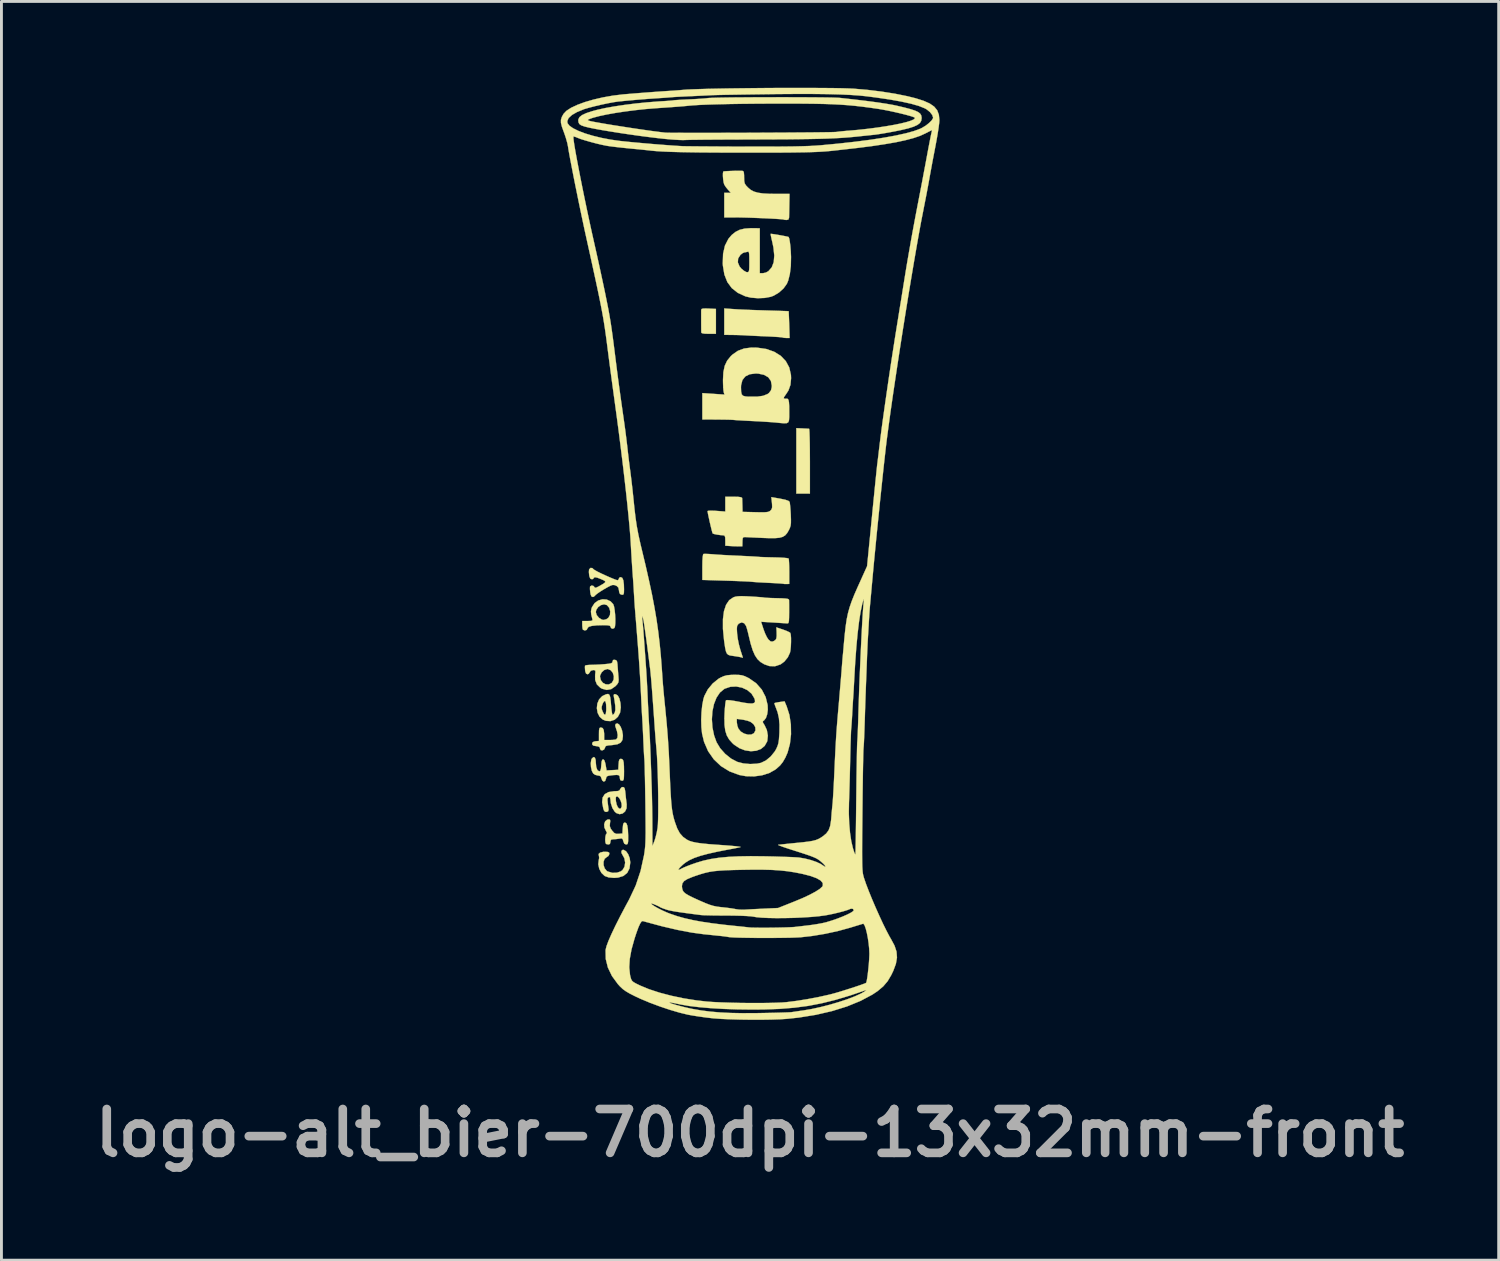
<source format=kicad_pcb>
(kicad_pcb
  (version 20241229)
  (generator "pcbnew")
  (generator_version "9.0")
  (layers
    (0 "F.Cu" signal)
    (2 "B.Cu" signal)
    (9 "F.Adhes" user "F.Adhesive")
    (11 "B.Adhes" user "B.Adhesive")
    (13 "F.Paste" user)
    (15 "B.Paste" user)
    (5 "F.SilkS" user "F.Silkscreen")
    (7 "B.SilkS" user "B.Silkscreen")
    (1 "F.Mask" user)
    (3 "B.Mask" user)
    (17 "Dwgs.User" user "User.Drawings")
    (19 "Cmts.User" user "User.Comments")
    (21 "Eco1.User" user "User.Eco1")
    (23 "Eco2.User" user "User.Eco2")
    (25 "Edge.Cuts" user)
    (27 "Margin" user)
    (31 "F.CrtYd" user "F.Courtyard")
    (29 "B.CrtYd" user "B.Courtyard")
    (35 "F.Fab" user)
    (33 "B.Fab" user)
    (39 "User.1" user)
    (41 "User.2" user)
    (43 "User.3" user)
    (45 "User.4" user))
  (footprint "logo-alt_bier-700dpi-13x32mm-front"
    (layer "F.Cu")
    (at 22.987 16.169)
    (property "Reference" "logo-alt_bier-700dpi-13x32mm-front" (at 0.025 20.15 0) (layer "F.Fab") (effects (font (size 1.524 1.524) (thickness 0.3))))
    (attr through_hole)
    (fp_poly (pts (xy 1.841 -4.333) (xy 1.959 -4.327) (xy 2.047 -4.323) (xy 2.077 -4.321) (xy 2.084 -4.285) (xy 2.09 -4.186) (xy 2.095 -4.031) (xy 2.1 -3.831) (xy 2.103 -3.592) (xy 2.104 -3.325) (xy 2.105 -3.193) (xy 2.105 -2.068) (xy 1.633 -2.068) (xy 1.633 -4.342) (xy 1.841 -4.333)) (stroke (width 0.01) (type solid)) (fill yes) (layer "F.SilkS"))
    (fp_poly (pts (xy -1.415 -8.497) (xy -1.161 -8.485) (xy -1.161 -7.62) (xy -1.415 -7.62) (xy -1.563 -7.625) (xy -1.646 -7.641) (xy -1.67 -7.665) (xy -1.671 -7.738) (xy -1.672 -7.858) (xy -1.673 -8.004) (xy -1.673 -8.157) (xy -1.673 -8.296) (xy -1.673 -8.402) (xy -1.672 -8.455) (xy -1.657 -8.483) (xy -1.607 -8.498) (xy -1.508 -8.5) (xy -1.415 -8.497)) (stroke (width 0.01) (type solid)) (fill yes) (layer "F.SilkS"))
    (fp_poly (pts (xy -0.535 -8.478) (xy -0.394 -8.469) (xy -0.197 -8.46) (xy 0.037 -8.45) (xy 0.292 -8.441) (xy 0.549 -8.433) (xy 0.581 -8.432) (xy 0.81 -8.425) (xy 1.013 -8.419) (xy 1.18 -8.413) (xy 1.299 -8.409) (xy 1.36 -8.406) (xy 1.366 -8.405) (xy 1.369 -8.369) (xy 1.373 -8.274) (xy 1.379 -8.135) (xy 1.385 -7.964) (xy 1.386 -7.938) (xy 1.4 -7.475) (xy 1.287 -7.475) (xy 1.202 -7.48) (xy 1.157 -7.491) (xy 1.156 -7.492) (xy 1.116 -7.499) (xy 1.016 -7.508) (xy 0.87 -7.517) (xy 0.691 -7.527) (xy 0.597 -7.531) (xy 0.389 -7.54) (xy 0.19 -7.549) (xy 0.021 -7.557) (xy -0.101 -7.564) (xy -0.127 -7.566) (xy -0.257 -7.573) (xy -0.424 -7.578) (xy -0.59 -7.581) (xy -0.871 -7.584) (xy -0.871 -8.501) (xy -0.535 -8.478)) (stroke (width 0.01) (type solid)) (fill yes) (layer "F.SilkS"))
    (fp_poly (pts (xy -4.365 10.312) (xy -4.282 10.361) (xy -4.21 10.462) (xy -4.158 10.596) (xy -4.137 10.741) (xy -4.137 10.748) (xy -4.163 10.954) (xy -4.243 11.111) (xy -4.376 11.218) (xy -4.56 11.275) (xy -4.699 11.285) (xy -4.885 11.269) (xy -5.02 11.221) (xy -5.03 11.215) (xy -5.139 11.112) (xy -5.215 10.969) (xy -5.248 10.812) (xy -5.235 10.688) (xy -5.218 10.593) (xy -5.225 10.523) (xy -5.228 10.519) (xy -5.237 10.454) (xy -5.184 10.406) (xy -5.077 10.38) (xy -5.021 10.378) (xy -4.921 10.383) (xy -4.874 10.403) (xy -4.862 10.448) (xy -4.862 10.451) (xy -4.895 10.523) (xy -4.95 10.558) (xy -5.027 10.621) (xy -5.065 10.723) (xy -5.064 10.842) (xy -5.026 10.956) (xy -4.953 11.043) (xy -4.923 11.061) (xy -4.768 11.108) (xy -4.607 11.107) (xy -4.466 11.059) (xy -4.407 11.014) (xy -4.337 10.898) (xy -4.315 10.753) (xy -4.341 10.605) (xy -4.394 10.509) (xy -4.442 10.42) (xy -4.444 10.349) (xy -4.403 10.312) (xy -4.365 10.312)) (stroke (width 0.01) (type solid)) (fill yes) (layer "F.SilkS"))
    (fp_poly (pts (xy -4.525 5.955) (xy -4.468 6.041) (xy -4.423 6.16) (xy -4.397 6.3) (xy -4.393 6.355) (xy -4.409 6.492) (xy -4.47 6.585) (xy -4.583 6.642) (xy -4.756 6.669) (xy -4.765 6.67) (xy -4.894 6.681) (xy -4.968 6.697) (xy -5.003 6.724) (xy -5.015 6.762) (xy -5.047 6.825) (xy -5.104 6.854) (xy -5.16 6.847) (xy -5.188 6.799) (xy -5.189 6.79) (xy -5.204 6.739) (xy -5.263 6.714) (xy -5.325 6.706) (xy -5.418 6.69) (xy -5.456 6.655) (xy -5.461 6.622) (xy -5.442 6.568) (xy -5.374 6.542) (xy -5.343 6.538) (xy -5.225 6.527) (xy -5.225 6.293) (xy -5.223 6.166) (xy -5.212 6.095) (xy -5.189 6.065) (xy -5.156 6.06) (xy -5.096 6.079) (xy -5.06 6.144) (xy -5.045 6.264) (xy -5.044 6.335) (xy -5.044 6.495) (xy -4.865 6.495) (xy -4.748 6.491) (xy -4.656 6.48) (xy -4.629 6.473) (xy -4.585 6.42) (xy -4.574 6.32) (xy -4.598 6.19) (xy -4.627 6.107) (xy -4.66 6) (xy -4.648 5.94) (xy -4.644 5.936) (xy -4.586 5.916) (xy -4.525 5.955)) (stroke (width 0.01) (type solid)) (fill yes) (layer "F.SilkS"))
    (fp_poly (pts (xy -4.862 4.923) (xy -4.834 5.004) (xy -4.815 5.145) (xy -4.806 5.261) (xy -4.792 5.414) (xy -4.776 5.534) (xy -4.76 5.608) (xy -4.75 5.624) (xy -4.712 5.596) (xy -4.678 5.546) (xy -4.655 5.455) (xy -4.658 5.31) (xy -4.686 5.105) (xy -4.703 5.013) (xy -4.714 4.932) (xy -4.696 4.903) (xy -4.641 4.905) (xy -4.57 4.95) (xy -4.514 5.055) (xy -4.478 5.209) (xy -4.466 5.363) (xy -4.491 5.544) (xy -4.568 5.689) (xy -4.682 5.79) (xy -4.825 5.838) (xy -4.983 5.828) (xy -5.089 5.785) (xy -5.202 5.686) (xy -5.272 5.548) (xy -5.298 5.389) (xy -5.293 5.338) (xy -5.132 5.338) (xy -5.129 5.417) (xy -5.1 5.497) (xy -5.051 5.594) (xy -5.012 5.619) (xy -4.986 5.575) (xy -4.972 5.46) (xy -4.971 5.391) (xy -4.978 5.24) (xy -4.999 5.155) (xy -5.032 5.137) (xy -5.075 5.189) (xy -5.099 5.241) (xy -5.132 5.338) (xy -5.293 5.338) (xy -5.281 5.228) (xy -5.22 5.084) (xy -5.116 4.974) (xy -5.081 4.954) (xy -4.978 4.906) (xy -4.908 4.893) (xy -4.862 4.923)) (stroke (width 0.01) (type solid)) (fill yes) (layer "F.SilkS"))
    (fp_poly (pts (xy -4.843 9.263) (xy -4.831 9.306) (xy -4.842 9.383) (xy -4.849 9.482) (xy -4.82 9.567) (xy -4.77 9.639) (xy -4.699 9.72) (xy -4.632 9.753) (xy -4.541 9.754) (xy -4.409 9.743) (xy -4.398 9.552) (xy -4.387 9.438) (xy -4.366 9.38) (xy -4.329 9.362) (xy -4.321 9.362) (xy -4.273 9.387) (xy -4.24 9.467) (xy -4.219 9.606) (xy -4.21 9.811) (xy -4.21 9.879) (xy -4.211 10.009) (xy -4.221 10.083) (xy -4.242 10.116) (xy -4.28 10.124) (xy -4.283 10.124) (xy -4.343 10.099) (xy -4.377 10.018) (xy -4.379 10.011) (xy -4.402 9.935) (xy -4.444 9.912) (xy -4.509 9.921) (xy -4.629 9.937) (xy -4.722 9.942) (xy -4.797 9.953) (xy -4.824 9.998) (xy -4.826 10.033) (xy -4.844 10.105) (xy -4.893 10.124) (xy -4.962 10.112) (xy -4.983 10.1) (xy -5.002 10.045) (xy -5.008 9.955) (xy -5.001 9.857) (xy -4.984 9.78) (xy -4.964 9.753) (xy -4.946 9.722) (xy -4.98 9.654) (xy -4.982 9.651) (xy -5.036 9.535) (xy -5.043 9.419) (xy -5.01 9.322) (xy -4.941 9.263) (xy -4.887 9.253) (xy -4.843 9.263)) (stroke (width 0.01) (type solid)) (fill yes) (layer "F.SilkS"))
    (fp_poly (pts (xy -1.436 0.029) (xy -1.299 0.038) (xy -1.262 0.041) (xy -1.12 0.052) (xy -0.927 0.064) (xy -0.705 0.076) (xy -0.475 0.087) (xy -0.385 0.091) (xy -0.178 0.101) (xy 0.011 0.11) (xy 0.167 0.119) (xy 0.275 0.126) (xy 0.308 0.129) (xy 0.386 0.135) (xy 0.518 0.14) (xy 0.686 0.145) (xy 0.873 0.149) (xy 0.881 0.149) (xy 1.057 0.154) (xy 1.206 0.163) (xy 1.313 0.174) (xy 1.364 0.188) (xy 1.366 0.189) (xy 1.374 0.237) (xy 1.381 0.342) (xy 1.385 0.488) (xy 1.387 0.647) (xy 1.387 1.07) (xy 1.293 1.074) (xy 1.219 1.073) (xy 1.188 1.067) (xy 1.15 1.062) (xy 1.053 1.054) (xy 0.91 1.045) (xy 0.734 1.036) (xy 0.67 1.033) (xy 0.478 1.023) (xy 0.306 1.014) (xy 0.17 1.004) (xy 0.086 0.997) (xy 0.074 0.996) (xy 0.013 0.99) (xy -0.109 0.984) (xy -0.28 0.976) (xy -0.488 0.968) (xy -0.721 0.96) (xy -0.824 0.957) (xy -1.633 0.932) (xy -1.633 0.487) (xy -1.63 0.275) (xy -1.62 0.126) (xy -1.605 0.044) (xy -1.593 0.029) (xy -1.541 0.026) (xy -1.436 0.029)) (stroke (width 0.01) (type solid)) (fill yes) (layer "F.SilkS"))
    (fp_poly (pts (xy -0.259 -13.284) (xy -0.245 -13.283) (xy -0.209 -13.27) (xy -0.19 -13.226) (xy -0.182 -13.132) (xy -0.181 -13.059) (xy -0.178 -12.931) (xy -0.16 -12.847) (xy -0.117 -12.777) (xy -0.045 -12.701) (xy 0.048 -12.622) (xy 0.157 -12.564) (xy 0.293 -12.524) (xy 0.468 -12.498) (xy 0.694 -12.485) (xy 0.936 -12.482) (xy 1.397 -12.482) (xy 1.39 -12.11) (xy 1.387 -11.945) (xy 1.384 -11.799) (xy 1.382 -11.694) (xy 1.381 -11.657) (xy 1.359 -11.592) (xy 1.294 -11.575) (xy 1.222 -11.581) (xy 1.194 -11.59) (xy 1.154 -11.597) (xy 1.052 -11.606) (xy 0.903 -11.616) (xy 0.716 -11.626) (xy 0.505 -11.636) (xy 0.281 -11.645) (xy 0.057 -11.654) (xy -0.157 -11.66) (xy -0.347 -11.664) (xy -0.499 -11.666) (xy -0.871 -11.666) (xy -0.871 -12.519) (xy -0.64 -12.519) (xy -0.733 -12.618) (xy -0.809 -12.71) (xy -0.867 -12.799) (xy -0.87 -12.804) (xy -0.893 -12.878) (xy -0.909 -12.986) (xy -0.918 -13.103) (xy -0.917 -13.202) (xy -0.905 -13.258) (xy -0.903 -13.26) (xy -0.864 -13.267) (xy -0.771 -13.273) (xy -0.645 -13.279) (xy -0.504 -13.283) (xy -0.369 -13.285) (xy -0.259 -13.284)) (stroke (width 0.01) (type solid)) (fill yes) (layer "F.SilkS"))
    (fp_poly (pts (xy -4.357 8.138) (xy -4.332 8.178) (xy -4.314 8.265) (xy -4.304 8.355) (xy -4.289 8.505) (xy -4.271 8.65) (xy -4.261 8.727) (xy -4.266 8.868) (xy -4.318 8.978) (xy -4.403 9.048) (xy -4.507 9.071) (xy -4.615 9.036) (xy -4.675 8.987) (xy -4.758 8.857) (xy -4.812 8.69) (xy -4.826 8.556) (xy -4.832 8.514) (xy -4.643 8.514) (xy -4.636 8.614) (xy -4.636 8.618) (xy -4.609 8.742) (xy -4.567 8.832) (xy -4.518 8.881) (xy -4.473 8.88) (xy -4.44 8.822) (xy -4.434 8.791) (xy -4.44 8.699) (xy -4.474 8.596) (xy -4.523 8.508) (xy -4.577 8.458) (xy -4.593 8.455) (xy -4.63 8.466) (xy -4.643 8.514) (xy -4.832 8.514) (xy -4.836 8.487) (xy -4.872 8.475) (xy -4.885 8.479) (xy -4.92 8.508) (xy -4.93 8.571) (xy -4.921 8.669) (xy -4.906 8.787) (xy -4.893 8.884) (xy -4.89 8.908) (xy -4.906 8.971) (xy -4.96 8.992) (xy -5.016 8.986) (xy -5.054 8.937) (xy -5.077 8.865) (xy -5.115 8.656) (xy -5.097 8.493) (xy -5.023 8.376) (xy -4.892 8.303) (xy -4.703 8.274) (xy -4.662 8.273) (xy -4.559 8.266) (xy -4.506 8.238) (xy -4.489 8.201) (xy -4.442 8.14) (xy -4.398 8.128) (xy -4.357 8.138)) (stroke (width 0.01) (type solid)) (fill yes) (layer "F.SilkS"))
    (fp_poly (pts (xy -5.367 7.106) (xy -5.34 7.187) (xy -5.334 7.28) (xy -5.32 7.432) (xy -5.281 7.537) (xy -5.221 7.582) (xy -5.208 7.584) (xy -5.175 7.559) (xy -5.154 7.48) (xy -5.145 7.375) (xy -5.134 7.25) (xy -5.112 7.184) (xy -5.08 7.166) (xy -5.039 7.197) (xy -5.006 7.294) (xy -4.993 7.359) (xy -4.96 7.551) (xy -4.757 7.54) (xy -4.554 7.529) (xy -4.543 7.339) (xy -4.532 7.225) (xy -4.511 7.167) (xy -4.475 7.149) (xy -4.465 7.148) (xy -4.418 7.158) (xy -4.386 7.196) (xy -4.366 7.273) (xy -4.357 7.4) (xy -4.354 7.587) (xy -4.356 7.741) (xy -4.361 7.837) (xy -4.375 7.887) (xy -4.399 7.907) (xy -4.427 7.91) (xy -4.484 7.888) (xy -4.499 7.822) (xy -4.506 7.755) (xy -4.536 7.718) (xy -4.605 7.707) (xy -4.727 7.714) (xy -4.763 7.718) (xy -4.88 7.733) (xy -4.943 7.754) (xy -4.97 7.791) (xy -4.978 7.833) (xy -5.009 7.917) (xy -5.059 7.94) (xy -5.11 7.902) (xy -5.134 7.84) (xy -5.164 7.76) (xy -5.22 7.731) (xy -5.259 7.729) (xy -5.359 7.703) (xy -5.425 7.656) (xy -5.473 7.564) (xy -5.502 7.435) (xy -5.509 7.298) (xy -5.492 7.181) (xy -5.469 7.134) (xy -5.412 7.086) (xy -5.367 7.106)) (stroke (width 0.01) (type solid)) (fill yes) (layer "F.SilkS"))
    (fp_poly (pts (xy -4.957 1.613) (xy -4.822 1.676) (xy -4.73 1.773) (xy -4.702 1.85) (xy -4.68 1.974) (xy -4.664 2.125) (xy -4.656 2.284) (xy -4.657 2.43) (xy -4.667 2.543) (xy -4.687 2.601) (xy -4.745 2.628) (xy -4.803 2.606) (xy -4.826 2.554) (xy -4.846 2.525) (xy -4.914 2.509) (xy -5.041 2.504) (xy -5.057 2.504) (xy -5.3 2.51) (xy -5.473 2.529) (xy -5.58 2.561) (xy -5.623 2.607) (xy -5.624 2.618) (xy -5.653 2.669) (xy -5.716 2.688) (xy -5.78 2.663) (xy -5.782 2.661) (xy -5.797 2.612) (xy -5.805 2.521) (xy -5.806 2.498) (xy -5.806 2.359) (xy -5.62 2.359) (xy -5.512 2.356) (xy -5.46 2.344) (xy -5.449 2.314) (xy -5.458 2.277) (xy -5.494 2.129) (xy -5.501 2.05) (xy -5.334 2.05) (xy -5.303 2.154) (xy -5.224 2.249) (xy -5.123 2.311) (xy -5.064 2.322) (xy -4.968 2.297) (xy -4.899 2.25) (xy -4.842 2.147) (xy -4.834 2.021) (xy -4.87 1.898) (xy -4.948 1.807) (xy -4.949 1.806) (xy -5.047 1.779) (xy -5.154 1.806) (xy -5.251 1.874) (xy -5.317 1.968) (xy -5.334 2.05) (xy -5.501 2.05) (xy -5.503 2.021) (xy -5.485 1.927) (xy -5.466 1.876) (xy -5.376 1.738) (xy -5.25 1.647) (xy -5.105 1.605) (xy -4.957 1.613)) (stroke (width 0.01) (type solid)) (fill yes) (layer "F.SilkS"))
    (fp_poly (pts (xy -4.622 3.725) (xy -4.595 3.77) (xy -4.581 3.864) (xy -4.579 3.901) (xy -4.568 4.047) (xy -4.555 4.215) (xy -4.548 4.291) (xy -4.54 4.412) (xy -4.55 4.49) (xy -4.586 4.553) (xy -4.656 4.627) (xy -4.799 4.726) (xy -4.954 4.755) (xy -5.117 4.712) (xy -5.176 4.679) (xy -5.297 4.562) (xy -5.357 4.407) (xy -5.358 4.291) (xy -5.189 4.291) (xy -5.161 4.414) (xy -5.089 4.507) (xy -4.991 4.559) (xy -4.883 4.564) (xy -4.784 4.512) (xy -4.77 4.498) (xy -4.714 4.393) (xy -4.708 4.273) (xy -4.744 4.159) (xy -4.815 4.071) (xy -4.913 4.029) (xy -4.934 4.028) (xy -5.038 4.06) (xy -5.129 4.14) (xy -5.183 4.244) (xy -5.189 4.291) (xy -5.358 4.291) (xy -5.358 4.226) (xy -5.347 4.127) (xy -5.356 4.079) (xy -5.394 4.065) (xy -5.429 4.064) (xy -5.513 4.089) (xy -5.541 4.137) (xy -5.584 4.196) (xy -5.625 4.209) (xy -5.673 4.186) (xy -5.701 4.109) (xy -5.706 4.073) (xy -5.713 3.978) (xy -5.71 3.916) (xy -5.708 3.91) (xy -5.666 3.895) (xy -5.575 3.885) (xy -5.501 3.883) (xy -5.364 3.879) (xy -5.193 3.871) (xy -5.031 3.859) (xy -4.889 3.845) (xy -4.805 3.829) (xy -4.765 3.806) (xy -4.754 3.771) (xy -4.753 3.766) (xy -4.734 3.713) (xy -4.672 3.708) (xy -4.622 3.725)) (stroke (width 0.01) (type solid)) (fill yes) (layer "F.SilkS"))
    (fp_poly (pts (xy -5.453 0.521) (xy -5.417 0.557) (xy -5.376 0.588) (xy -5.284 0.639) (xy -5.157 0.702) (xy -5.011 0.77) (xy -4.864 0.835) (xy -4.731 0.891) (xy -4.629 0.93) (xy -4.574 0.943) (xy -4.54 0.914) (xy -4.536 0.889) (xy -4.506 0.844) (xy -4.468 0.835) (xy -4.414 0.861) (xy -4.378 0.945) (xy -4.359 1.09) (xy -4.354 1.259) (xy -4.357 1.372) (xy -4.369 1.429) (xy -4.398 1.447) (xy -4.436 1.445) (xy -4.494 1.421) (xy -4.522 1.357) (xy -4.529 1.301) (xy -4.549 1.202) (xy -4.602 1.146) (xy -4.646 1.124) (xy -4.7 1.107) (xy -4.754 1.107) (xy -4.823 1.131) (xy -4.924 1.183) (xy -5.046 1.253) (xy -5.177 1.334) (xy -5.282 1.406) (xy -5.347 1.459) (xy -5.359 1.475) (xy -5.407 1.517) (xy -5.442 1.524) (xy -5.486 1.504) (xy -5.514 1.436) (xy -5.528 1.357) (xy -5.538 1.25) (xy -5.536 1.174) (xy -5.531 1.157) (xy -5.478 1.126) (xy -5.414 1.142) (xy -5.384 1.179) (xy -5.361 1.204) (xy -5.314 1.197) (xy -5.226 1.154) (xy -5.194 1.136) (xy -5.072 1.065) (xy -5.011 1.017) (xy -5.006 0.982) (xy -5.056 0.947) (xy -5.135 0.911) (xy -5.28 0.854) (xy -5.369 0.837) (xy -5.405 0.86) (xy -5.407 0.871) (xy -5.437 0.901) (xy -5.475 0.907) (xy -5.525 0.887) (xy -5.555 0.815) (xy -5.565 0.765) (xy -5.575 0.658) (xy -5.569 0.576) (xy -5.566 0.565) (xy -5.517 0.514) (xy -5.453 0.521)) (stroke (width 0.01) (type solid)) (fill yes) (layer "F.SilkS"))
    (fp_poly (pts (xy -0.384 -1.955) (xy -0.289 -1.942) (xy -0.251 -1.919) (xy -0.25 -1.914) (xy -0.247 -1.855) (xy -0.244 -1.749) (xy -0.241 -1.651) (xy -0.236 -1.433) (xy 0.212 -1.422) (xy 0.404 -1.418) (xy 0.538 -1.42) (xy 0.627 -1.428) (xy 0.685 -1.444) (xy 0.726 -1.47) (xy 0.733 -1.476) (xy 0.775 -1.526) (xy 0.793 -1.591) (xy 0.79 -1.695) (xy 0.786 -1.744) (xy 0.765 -1.945) (xy 1.07 -1.892) (xy 1.248 -1.855) (xy 1.357 -1.817) (xy 1.399 -1.781) (xy 1.41 -1.722) (xy 1.422 -1.609) (xy 1.434 -1.459) (xy 1.44 -1.343) (xy 1.446 -1.166) (xy 1.445 -1.043) (xy 1.434 -0.953) (xy 1.41 -0.877) (xy 1.373 -0.798) (xy 1.312 -0.694) (xy 1.245 -0.617) (xy 1.16 -0.565) (xy 1.047 -0.534) (xy 0.894 -0.52) (xy 0.688 -0.52) (xy 0.49 -0.527) (xy 0.291 -0.536) (xy 0.112 -0.544) (xy -0.032 -0.551) (xy -0.125 -0.556) (xy -0.145 -0.557) (xy -0.201 -0.554) (xy -0.228 -0.523) (xy -0.238 -0.445) (xy -0.239 -0.399) (xy -0.243 -0.236) (xy -0.385 -0.236) (xy -0.519 -0.238) (xy -0.663 -0.246) (xy -0.68 -0.247) (xy -0.835 -0.258) (xy -0.835 -0.438) (xy -0.839 -0.547) (xy -0.858 -0.602) (xy -0.895 -0.618) (xy -0.898 -0.618) (xy -1.004 -0.626) (xy -1.119 -0.642) (xy -1.216 -0.662) (xy -1.271 -0.681) (xy -1.273 -0.684) (xy -1.288 -0.725) (xy -1.313 -0.819) (xy -1.344 -0.948) (xy -1.378 -1.092) (xy -1.409 -1.235) (xy -1.435 -1.357) (xy -1.449 -1.44) (xy -1.452 -1.462) (xy -1.418 -1.472) (xy -1.329 -1.475) (xy -1.201 -1.471) (xy -1.143 -1.467) (xy -0.835 -1.444) (xy -0.835 -1.959) (xy -0.544 -1.959) (xy -0.384 -1.955)) (stroke (width 0.01) (type solid)) (fill yes) (layer "F.SilkS"))
    (fp_poly (pts (xy 0.245 -11.289) (xy 0.363 -11.285) (xy 0.363 -9.725) (xy 0.467 -9.725) (xy 0.572 -9.747) (xy 0.662 -9.796) (xy 0.779 -9.93) (xy 0.848 -10.11) (xy 0.867 -10.339) (xy 0.838 -10.618) (xy 0.801 -10.795) (xy 0.77 -10.929) (xy 0.748 -11.033) (xy 0.74 -11.089) (xy 0.74 -11.094) (xy 0.777 -11.092) (xy 0.865 -11.08) (xy 0.984 -11.061) (xy 1.114 -11.038) (xy 1.234 -11.015) (xy 1.325 -10.996) (xy 1.366 -10.984) (xy 1.366 -10.983) (xy 1.387 -10.929) (xy 1.407 -10.819) (xy 1.426 -10.669) (xy 1.44 -10.494) (xy 1.448 -10.312) (xy 1.449 -10.29) (xy 1.442 -9.977) (xy 1.408 -9.699) (xy 1.351 -9.47) (xy 1.305 -9.359) (xy 1.192 -9.201) (xy 1.032 -9.056) (xy 0.849 -8.946) (xy 0.748 -8.907) (xy 0.536 -8.867) (xy 0.294 -8.857) (xy 0.056 -8.877) (xy -0.134 -8.921) (xy -0.4 -9.043) (xy -0.609 -9.208) (xy -0.764 -9.418) (xy -0.866 -9.677) (xy -0.918 -9.986) (xy -0.924 -10.07) (xy -0.922 -10.103) (xy -0.399 -10.103) (xy -0.342 -9.965) (xy -0.276 -9.884) (xy -0.187 -9.811) (xy -0.104 -9.766) (xy -0.076 -9.761) (xy -0.042 -9.765) (xy -0.02 -9.786) (xy -0.007 -9.838) (xy -0.001 -9.933) (xy -0.000026 -10.085) (xy 0 -10.128) (xy -0.001 -10.294) (xy -0.006 -10.4) (xy -0.018 -10.457) (xy -0.036 -10.476) (xy -0.057 -10.472) (xy -0.14 -10.452) (xy -0.168 -10.45) (xy -0.228 -10.426) (xy -0.303 -10.368) (xy -0.31 -10.361) (xy -0.389 -10.239) (xy -0.399 -10.103) (xy -0.922 -10.103) (xy -0.912 -10.401) (xy -0.847 -10.685) (xy -0.727 -10.92) (xy -0.611 -11.056) (xy -0.479 -11.162) (xy -0.335 -11.234) (xy -0.161 -11.276) (xy 0.056 -11.291) (xy 0.245 -11.289)) (stroke (width 0.01) (type solid)) (fill yes) (layer "F.SilkS"))
    (fp_poly (pts (xy 0.269 -7.139) (xy 0.588 -7.093) (xy 0.863 -6.997) (xy 1.091 -6.856) (xy 1.267 -6.672) (xy 1.387 -6.45) (xy 1.446 -6.193) (xy 1.451 -6.077) (xy 1.429 -5.846) (xy 1.358 -5.649) (xy 1.264 -5.506) (xy 1.204 -5.42) (xy 1.198 -5.375) (xy 1.249 -5.363) (xy 1.294 -5.367) (xy 1.334 -5.36) (xy 1.361 -5.321) (xy 1.377 -5.24) (xy 1.385 -5.107) (xy 1.386 -4.912) (xy 1.386 -4.903) (xy 1.386 -4.733) (xy 1.379 -4.618) (xy 1.355 -4.548) (xy 1.301 -4.516) (xy 1.206 -4.511) (xy 1.058 -4.523) (xy 0.925 -4.537) (xy 0.782 -4.549) (xy 0.588 -4.562) (xy 0.366 -4.576) (xy 0.139 -4.588) (xy 0.073 -4.591) (xy -0.125 -4.601) (xy -0.3 -4.611) (xy -0.438 -4.619) (xy -0.524 -4.626) (xy -0.544 -4.628) (xy -0.599 -4.632) (xy -0.711 -4.636) (xy -0.867 -4.639) (xy -1.051 -4.641) (xy -1.116 -4.642) (xy -1.633 -4.645) (xy -1.633 -5.56) (xy -1.248 -5.534) (xy -0.864 -5.508) (xy -0.889 -5.589) (xy -0.9 -5.659) (xy -0.908 -5.762) (xy -0.29 -5.762) (xy -0.285 -5.611) (xy -0.265 -5.517) (xy -0.217 -5.466) (xy -0.129 -5.443) (xy -0.023 -5.435) (xy 0.261 -5.435) (xy 0.48 -5.466) (xy 0.635 -5.528) (xy 0.686 -5.568) (xy 0.753 -5.658) (xy 0.778 -5.768) (xy 0.78 -5.821) (xy 0.749 -5.984) (xy 0.658 -6.11) (xy 0.511 -6.195) (xy 0.312 -6.237) (xy 0.217 -6.241) (xy 0.013 -6.215) (xy -0.14 -6.139) (xy -0.24 -6.013) (xy -0.286 -5.838) (xy -0.29 -5.762) (xy -0.908 -5.762) (xy -0.909 -5.782) (xy -0.914 -5.935) (xy -0.915 -6.02) (xy -0.901 -6.29) (xy -0.855 -6.508) (xy -0.771 -6.687) (xy -0.644 -6.843) (xy -0.588 -6.896) (xy -0.398 -7.029) (xy -0.182 -7.109) (xy 0.072 -7.142) (xy 0.269 -7.139)) (stroke (width 0.01) (type solid)) (fill yes) (layer "F.SilkS"))
    (fp_poly (pts (xy -0.105 1.5) (xy 0.034 1.507) (xy 0.208 1.518) (xy 0.355 1.528) (xy 0.461 1.537) (xy 0.51 1.544) (xy 0.511 1.545) (xy 0.553 1.55) (xy 0.653 1.556) (xy 0.796 1.562) (xy 0.955 1.566) (xy 1.14 1.571) (xy 1.264 1.579) (xy 1.338 1.591) (xy 1.373 1.61) (xy 1.381 1.631) (xy 1.382 1.689) (xy 1.383 1.802) (xy 1.383 1.951) (xy 1.383 2.068) (xy 1.381 2.239) (xy 1.376 2.349) (xy 1.365 2.412) (xy 1.347 2.439) (xy 1.318 2.443) (xy 1.318 2.443) (xy 1.258 2.438) (xy 1.142 2.431) (xy 0.988 2.421) (xy 0.832 2.411) (xy 0.409 2.386) (xy 0.496 2.654) (xy 0.55 2.796) (xy 0.611 2.922) (xy 0.666 3.005) (xy 0.671 3.009) (xy 0.739 3.067) (xy 0.798 3.075) (xy 0.851 3.055) (xy 0.906 3.02) (xy 0.938 2.967) (xy 0.95 2.878) (xy 0.948 2.736) (xy 0.947 2.714) (xy 0.94 2.58) (xy 1.168 2.656) (xy 1.289 2.701) (xy 1.382 2.744) (xy 1.424 2.772) (xy 1.44 2.835) (xy 1.449 2.948) (xy 1.449 3.09) (xy 1.443 3.238) (xy 1.43 3.371) (xy 1.414 3.455) (xy 1.338 3.62) (xy 1.219 3.767) (xy 1.088 3.865) (xy 0.892 3.931) (xy 0.694 3.925) (xy 0.517 3.862) (xy 0.388 3.784) (xy 0.282 3.683) (xy 0.194 3.55) (xy 0.117 3.374) (xy 0.046 3.146) (xy -0.017 2.885) (xy -0.051 2.742) (xy -0.086 2.614) (xy -0.113 2.532) (xy -0.178 2.438) (xy -0.264 2.408) (xy -0.357 2.444) (xy -0.37 2.455) (xy -0.408 2.498) (xy -0.428 2.552) (xy -0.433 2.637) (xy -0.426 2.772) (xy -0.425 2.794) (xy -0.403 2.971) (xy -0.363 3.171) (xy -0.315 3.351) (xy -0.223 3.635) (xy -0.302 3.616) (xy -0.383 3.6) (xy -0.503 3.581) (xy -0.574 3.571) (xy -0.667 3.557) (xy -0.733 3.533) (xy -0.78 3.489) (xy -0.813 3.413) (xy -0.84 3.293) (xy -0.866 3.118) (xy -0.879 3.022) (xy -0.917 2.631) (xy -0.917 2.296) (xy -0.881 2.017) (xy -0.808 1.796) (xy -0.699 1.635) (xy -0.555 1.537) (xy -0.483 1.513) (xy -0.394 1.5) (xy -0.273 1.495) (xy -0.105 1.5)) (stroke (width 0.01) (type solid)) (fill yes) (layer "F.SilkS"))
    (fp_poly (pts (xy -0.37 4.231) (xy -0.257 4.245) (xy -0.157 4.277) (xy -0.039 4.334) (xy -0.006 4.352) (xy 0.24 4.524) (xy 0.433 4.743) (xy 0.567 5.001) (xy 0.636 5.28) (xy 0.642 5.444) (xy 0.621 5.6) (xy 0.577 5.729) (xy 0.516 5.809) (xy 0.511 5.812) (xy 0.472 5.843) (xy 0.47 5.879) (xy 0.507 5.944) (xy 0.529 5.977) (xy 0.609 6.148) (xy 0.643 6.341) (xy 0.625 6.524) (xy 0.618 6.547) (xy 0.533 6.699) (xy 0.403 6.806) (xy 0.238 6.868) (xy 0.051 6.884) (xy -0.148 6.854) (xy -0.346 6.778) (xy -0.532 6.654) (xy -0.585 6.606) (xy -0.701 6.476) (xy -0.783 6.335) (xy -0.835 6.171) (xy -0.862 5.968) (xy -0.863 5.875) (xy -0.435 5.875) (xy -0.418 5.993) (xy -0.379 6.101) (xy -0.297 6.2) (xy -0.18 6.271) (xy -0.05 6.307) (xy 0.072 6.303) (xy 0.161 6.257) (xy 0.214 6.159) (xy 0.207 6.049) (xy 0.145 5.943) (xy 0.041 5.863) (xy -0.057 5.826) (xy -0.187 5.795) (xy -0.248 5.785) (xy -0.435 5.76) (xy -0.435 5.875) (xy -0.863 5.875) (xy -0.866 5.715) (xy -0.861 5.576) (xy -0.851 5.405) (xy -0.837 5.26) (xy -0.823 5.158) (xy -0.81 5.113) (xy -0.762 5.107) (xy -0.66 5.115) (xy -0.518 5.136) (xy -0.416 5.155) (xy -0.181 5.2) (xy -0.009 5.223) (xy 0.107 5.225) (xy 0.174 5.202) (xy 0.199 5.155) (xy 0.188 5.081) (xy 0.176 5.047) (xy 0.078 4.885) (xy -0.069 4.76) (xy -0.252 4.675) (xy -0.453 4.635) (xy -0.659 4.645) (xy -0.852 4.71) (xy -0.87 4.72) (xy -1.021 4.844) (xy -1.141 5.023) (xy -1.229 5.246) (xy -1.283 5.5) (xy -1.301 5.774) (xy -1.282 6.056) (xy -1.224 6.336) (xy -1.139 6.571) (xy -1.013 6.78) (xy -0.838 6.977) (xy -0.633 7.141) (xy -0.42 7.253) (xy -0.417 7.254) (xy -0.207 7.308) (xy 0.03 7.329) (xy 0.262 7.317) (xy 0.404 7.288) (xy 0.578 7.204) (xy 0.744 7.066) (xy 0.884 6.892) (xy 0.933 6.809) (xy 0.978 6.709) (xy 1.009 6.609) (xy 1.028 6.487) (xy 1.04 6.324) (xy 1.045 6.233) (xy 1.048 5.959) (xy 1.028 5.733) (xy 0.983 5.533) (xy 0.919 5.361) (xy 0.885 5.273) (xy 0.872 5.218) (xy 0.874 5.211) (xy 0.916 5.199) (xy 1.004 5.182) (xy 1.056 5.174) (xy 1.224 5.15) (xy 1.297 5.323) (xy 1.393 5.623) (xy 1.443 5.953) (xy 1.449 6.292) (xy 1.411 6.624) (xy 1.33 6.928) (xy 1.253 7.104) (xy 1.162 7.261) (xy 1.068 7.379) (xy 0.946 7.489) (xy 0.899 7.525) (xy 0.693 7.641) (xy 0.443 7.72) (xy 0.168 7.758) (xy -0.114 7.752) (xy -0.353 7.709) (xy -0.691 7.583) (xy -0.987 7.4) (xy -1.235 7.165) (xy -1.432 6.883) (xy -1.573 6.559) (xy -1.642 6.273) (xy -1.666 6.047) (xy -1.673 5.792) (xy -1.662 5.531) (xy -1.636 5.283) (xy -1.596 5.073) (xy -1.563 4.966) (xy -1.442 4.735) (xy -1.271 4.528) (xy -1.069 4.365) (xy -1.002 4.327) (xy -0.887 4.275) (xy -0.775 4.245) (xy -0.639 4.232) (xy -0.526 4.229) (xy -0.37 4.231)) (stroke (width 0.01) (type solid)) (fill yes) (layer "F.SilkS"))
    (fp_poly (pts (xy 1.5 -15.84) (xy 1.84 -15.839) (xy 2.158 -15.837) (xy 2.446 -15.835) (xy 2.696 -15.832) (xy 2.9 -15.828) (xy 3.05 -15.823) (xy 3.139 -15.818) (xy 3.643 -15.762) (xy 4.078 -15.71) (xy 4.447 -15.661) (xy 4.752 -15.615) (xy 4.997 -15.572) (xy 5.116 -15.547) (xy 5.391 -15.482) (xy 5.602 -15.426) (xy 5.758 -15.375) (xy 5.867 -15.325) (xy 5.936 -15.271) (xy 5.973 -15.21) (xy 5.986 -15.138) (xy 5.987 -15.113) (xy 5.973 -15.022) (xy 5.927 -14.945) (xy 5.84 -14.878) (xy 5.707 -14.817) (xy 5.521 -14.759) (xy 5.273 -14.7) (xy 5.092 -14.663) (xy 4.882 -14.623) (xy 4.678 -14.587) (xy 4.499 -14.558) (xy 4.366 -14.539) (xy 4.336 -14.536) (xy 4.198 -14.522) (xy 4.019 -14.503) (xy 3.832 -14.484) (xy 3.774 -14.477) (xy 3.581 -14.458) (xy 3.381 -14.441) (xy 3.169 -14.426) (xy 2.937 -14.414) (xy 2.68 -14.403) (xy 2.39 -14.395) (xy 2.061 -14.388) (xy 1.687 -14.383) (xy 1.26 -14.378) (xy 0.776 -14.376) (xy 0.226 -14.374) (xy 0.13 -14.373) (xy -0.272 -14.372) (xy -0.654 -14.371) (xy -1.009 -14.369) (xy -1.332 -14.367) (xy -1.615 -14.365) (xy -1.852 -14.362) (xy -2.037 -14.36) (xy -2.163 -14.357) (xy -2.225 -14.355) (xy -2.228 -14.355) (xy -2.295 -14.352) (xy -2.414 -14.355) (xy -2.57 -14.363) (xy -2.703 -14.372) (xy -2.934 -14.393) (xy -3.207 -14.423) (xy -3.511 -14.46) (xy -3.835 -14.502) (xy -4.167 -14.549) (xy -4.497 -14.598) (xy -4.812 -14.648) (xy -5.102 -14.696) (xy -5.356 -14.742) (xy -5.561 -14.783) (xy -5.708 -14.819) (xy -5.724 -14.823) (xy -5.842 -14.865) (xy -5.906 -14.91) (xy -5.937 -14.971) (xy -5.938 -14.975) (xy -5.941 -15.043) (xy -5.612 -15.043) (xy -5.566 -15.022) (xy -5.501 -15.005) (xy -5.374 -14.98) (xy -5.195 -14.948) (xy -4.976 -14.91) (xy -4.727 -14.869) (xy -4.457 -14.827) (xy -4.178 -14.783) (xy -3.898 -14.741) (xy -3.63 -14.702) (xy -3.383 -14.667) (xy -3.168 -14.639) (xy -2.994 -14.618) (xy -2.921 -14.61) (xy -2.855 -14.607) (xy -2.725 -14.605) (xy -2.537 -14.604) (xy -2.298 -14.603) (xy -2.015 -14.602) (xy -1.694 -14.602) (xy -1.343 -14.602) (xy -0.967 -14.603) (xy -0.575 -14.604) (xy -0.171 -14.605) (xy 0.235 -14.607) (xy 0.639 -14.609) (xy 1.033 -14.611) (xy 1.411 -14.613) (xy 1.765 -14.616) (xy 2.089 -14.618) (xy 2.376 -14.621) (xy 2.62 -14.624) (xy 2.813 -14.627) (xy 2.95 -14.631) (xy 3.022 -14.634) (xy 3.03 -14.635) (xy 3.119 -14.647) (xy 3.253 -14.661) (xy 3.406 -14.675) (xy 3.429 -14.676) (xy 3.774 -14.706) (xy 4.113 -14.743) (xy 4.438 -14.785) (xy 4.742 -14.831) (xy 5.019 -14.879) (xy 5.262 -14.928) (xy 5.464 -14.978) (xy 5.618 -15.026) (xy 5.717 -15.071) (xy 5.755 -15.112) (xy 5.746 -15.133) (xy 5.694 -15.157) (xy 5.585 -15.192) (xy 5.432 -15.234) (xy 5.248 -15.28) (xy 5.048 -15.326) (xy 4.845 -15.37) (xy 4.652 -15.407) (xy 4.483 -15.436) (xy 4.481 -15.436) (xy 4.19 -15.478) (xy 3.922 -15.513) (xy 3.667 -15.542) (xy 3.416 -15.565) (xy 3.158 -15.583) (xy 2.883 -15.597) (xy 2.58 -15.607) (xy 2.24 -15.614) (xy 1.851 -15.618) (xy 1.405 -15.62) (xy 1.197 -15.62) (xy 0.679 -15.619) (xy 0.183 -15.616) (xy -0.283 -15.611) (xy -0.714 -15.604) (xy -1.103 -15.595) (xy -1.443 -15.585) (xy -1.729 -15.573) (xy -1.954 -15.559) (xy -2.086 -15.548) (xy -2.193 -15.537) (xy -2.329 -15.525) (xy -2.501 -15.511) (xy -2.721 -15.495) (xy -2.996 -15.476) (xy -3.266 -15.457) (xy -3.611 -15.429) (xy -3.963 -15.391) (xy -4.312 -15.346) (xy -4.645 -15.296) (xy -4.949 -15.242) (xy -5.213 -15.186) (xy -5.425 -15.13) (xy -5.534 -15.093) (xy -5.604 -15.063) (xy -5.612 -15.043) (xy -5.941 -15.043) (xy -5.942 -15.067) (xy -5.903 -15.147) (xy -5.813 -15.219) (xy -5.667 -15.288) (xy -5.459 -15.356) (xy -5.28 -15.404) (xy -5.013 -15.463) (xy -4.69 -15.521) (xy -4.329 -15.575) (xy -3.947 -15.623) (xy -3.561 -15.662) (xy -3.19 -15.691) (xy -3.102 -15.697) (xy -2.932 -15.707) (xy -2.79 -15.717) (xy -2.69 -15.725) (xy -2.648 -15.731) (xy -2.648 -15.731) (xy -2.607 -15.737) (xy -2.507 -15.744) (xy -2.36 -15.753) (xy -2.18 -15.762) (xy -2.086 -15.766) (xy -1.887 -15.776) (xy -1.708 -15.787) (xy -1.565 -15.797) (xy -1.472 -15.806) (xy -1.451 -15.81) (xy -1.388 -15.815) (xy -1.26 -15.82) (xy -1.075 -15.825) (xy -0.841 -15.829) (xy -0.566 -15.833) (xy -0.259 -15.835) (xy 0.074 -15.838) (xy 0.425 -15.839) (xy 0.784 -15.84) (xy 1.145 -15.841) (xy 1.5 -15.84)) (stroke (width 0.01) (type solid)) (fill yes) (layer "F.SilkS"))
    (fp_poly (pts (xy 2.211 -16.163) (xy 2.579 -16.161) (xy 2.909 -16.158) (xy 3.196 -16.153) (xy 3.431 -16.146) (xy 3.606 -16.138) (xy 3.629 -16.137) (xy 4.115 -16.095) (xy 4.598 -16.036) (xy 5.06 -15.963) (xy 5.481 -15.878) (xy 5.772 -15.806) (xy 6.054 -15.717) (xy 6.269 -15.621) (xy 6.425 -15.512) (xy 6.529 -15.385) (xy 6.586 -15.231) (xy 6.604 -15.047) (xy 6.604 -15.044) (xy 6.597 -14.947) (xy 6.578 -14.793) (xy 6.548 -14.598) (xy 6.51 -14.375) (xy 6.466 -14.139) (xy 6.46 -14.108) (xy 6.412 -13.858) (xy 6.364 -13.607) (xy 6.321 -13.373) (xy 6.284 -13.173) (xy 6.258 -13.027) (xy 6.258 -13.027) (xy 6.233 -12.886) (xy 6.197 -12.692) (xy 6.153 -12.458) (xy 6.103 -12.203) (xy 6.052 -11.942) (xy 6.037 -11.865) (xy 5.968 -11.513) (xy 5.892 -11.098) (xy 5.809 -10.628) (xy 5.72 -10.113) (xy 5.627 -9.561) (xy 5.531 -8.982) (xy 5.434 -8.384) (xy 5.337 -7.776) (xy 5.242 -7.167) (xy 5.15 -6.565) (xy 5.062 -5.98) (xy 4.979 -5.421) (xy 4.904 -4.896) (xy 4.838 -4.414) (xy 4.781 -3.983) (xy 4.773 -3.919) (xy 4.747 -3.706) (xy 4.716 -3.431) (xy 4.679 -3.102) (xy 4.639 -2.73) (xy 4.596 -2.324) (xy 4.551 -1.894) (xy 4.506 -1.448) (xy 4.46 -0.997) (xy 4.415 -0.551) (xy 4.373 -0.117) (xy 4.333 0.292) (xy 4.298 0.669) (xy 4.283 0.835) (xy 4.26 1.083) (xy 4.239 1.317) (xy 4.22 1.525) (xy 4.205 1.692) (xy 4.194 1.806) (xy 4.192 1.832) (xy 4.182 1.953) (xy 4.17 2.117) (xy 4.159 2.295) (xy 4.155 2.359) (xy 4.144 2.552) (xy 4.132 2.758) (xy 4.121 2.938) (xy 4.119 2.975) (xy 4.111 3.114) (xy 4.103 3.302) (xy 4.093 3.518) (xy 4.085 3.74) (xy 4.083 3.792) (xy 4.074 4.032) (xy 4.064 4.293) (xy 4.054 4.545) (xy 4.046 4.757) (xy 4.046 4.772) (xy 4.039 4.953) (xy 4.031 5.185) (xy 4.022 5.447) (xy 4.014 5.716) (xy 4.007 5.933) (xy 3.999 6.164) (xy 3.991 6.378) (xy 3.983 6.561) (xy 3.975 6.7) (xy 3.968 6.781) (xy 3.968 6.785) (xy 3.964 6.845) (xy 3.96 6.969) (xy 3.956 7.153) (xy 3.951 7.388) (xy 3.946 7.668) (xy 3.942 7.985) (xy 3.937 8.333) (xy 3.933 8.705) (xy 3.93 8.981) (xy 3.926 9.421) (xy 3.922 9.795) (xy 3.92 10.109) (xy 3.919 10.369) (xy 3.92 10.581) (xy 3.922 10.752) (xy 3.925 10.887) (xy 3.931 10.993) (xy 3.938 11.076) (xy 3.947 11.143) (xy 3.959 11.199) (xy 3.973 11.251) (xy 3.983 11.285) (xy 4.053 11.49) (xy 4.148 11.739) (xy 4.261 12.017) (xy 4.386 12.309) (xy 4.516 12.6) (xy 4.644 12.876) (xy 4.765 13.121) (xy 4.871 13.322) (xy 4.926 13.416) (xy 5.047 13.642) (xy 5.115 13.849) (xy 5.13 14.054) (xy 5.093 14.27) (xy 5.003 14.513) (xy 4.933 14.659) (xy 4.806 14.874) (xy 4.653 15.054) (xy 4.458 15.218) (xy 4.274 15.341) (xy 3.864 15.559) (xy 3.395 15.751) (xy 2.874 15.913) (xy 2.312 16.043) (xy 1.716 16.139) (xy 1.306 16.183) (xy 1.057 16.199) (xy 0.753 16.209) (xy 0.412 16.214) (xy 0.051 16.214) (xy -0.312 16.209) (xy -0.66 16.199) (xy -0.975 16.185) (xy -1.24 16.166) (xy -1.288 16.161) (xy -1.513 16.135) (xy -1.756 16.101) (xy -1.985 16.065) (xy -2.138 16.037) (xy -2.43 15.966) (xy -2.763 15.868) (xy -3.115 15.75) (xy -3.462 15.62) (xy -3.476 15.614) (xy -2.781 15.614) (xy -2.758 15.631) (xy -2.678 15.66) (xy -2.556 15.697) (xy -2.405 15.738) (xy -2.241 15.78) (xy -2.078 15.817) (xy -1.978 15.838) (xy -1.671 15.891) (xy -1.357 15.931) (xy -1.025 15.96) (xy -0.66 15.978) (xy -0.252 15.986) (xy 0.213 15.985) (xy 0.327 15.983) (xy 0.599 15.978) (xy 0.852 15.973) (xy 1.076 15.967) (xy 1.259 15.961) (xy 1.393 15.956) (xy 1.465 15.951) (xy 1.47 15.95) (xy 1.558 15.937) (xy 1.692 15.917) (xy 1.844 15.895) (xy 1.869 15.892) (xy 2.16 15.843) (xy 2.474 15.774) (xy 2.795 15.692) (xy 3.11 15.599) (xy 3.406 15.501) (xy 3.667 15.401) (xy 3.88 15.304) (xy 3.992 15.24) (xy 4.053 15.198) (xy 4.062 15.182) (xy 4.046 15.186) (xy 3.5 15.372) (xy 2.995 15.523) (xy 2.515 15.642) (xy 2.043 15.733) (xy 1.561 15.796) (xy 1.055 15.837) (xy 0.505 15.857) (xy 0.091 15.86) (xy -0.411 15.854) (xy -0.89 15.838) (xy -1.337 15.812) (xy -1.742 15.777) (xy -2.096 15.735) (xy -2.389 15.684) (xy -2.436 15.674) (xy -2.581 15.644) (xy -2.697 15.622) (xy -2.768 15.613) (xy -2.781 15.614) (xy -3.476 15.614) (xy -3.783 15.486) (xy -3.973 15.397) (xy -4.158 15.303) (xy -4.293 15.223) (xy -4.399 15.146) (xy -4.494 15.057) (xy -4.568 14.975) (xy -4.773 14.695) (xy -4.914 14.402) (xy -4.916 14.395) (xy -4.173 14.395) (xy -4.146 14.654) (xy -4.131 14.72) (xy -4.108 14.8) (xy -4.078 14.858) (xy -4.026 14.905) (xy -3.937 14.956) (xy -3.797 15.024) (xy -3.796 15.025) (xy -3.486 15.153) (xy -3.12 15.273) (xy -2.713 15.38) (xy -2.28 15.471) (xy -1.838 15.541) (xy -1.484 15.582) (xy -1.261 15.598) (xy -0.988 15.611) (xy -0.681 15.621) (xy -0.352 15.629) (xy -0.015 15.633) (xy 0.317 15.633) (xy 0.629 15.631) (xy 0.908 15.624) (xy 1.14 15.615) (xy 1.299 15.602) (xy 1.641 15.559) (xy 2.021 15.498) (xy 2.406 15.425) (xy 2.766 15.345) (xy 2.831 15.329) (xy 2.958 15.295) (xy 3.12 15.248) (xy 3.301 15.192) (xy 3.49 15.132) (xy 3.672 15.073) (xy 3.833 15.019) (xy 3.96 14.973) (xy 4.039 14.942) (xy 4.058 14.931) (xy 4.075 14.883) (xy 4.094 14.779) (xy 4.115 14.633) (xy 4.134 14.464) (xy 4.152 14.285) (xy 4.164 14.114) (xy 4.171 13.965) (xy 4.172 13.916) (xy 4.164 13.742) (xy 4.145 13.555) (xy 4.117 13.368) (xy 4.083 13.194) (xy 4.045 13.046) (xy 4.006 12.938) (xy 3.969 12.882) (xy 3.953 12.878) (xy 3.899 12.894) (xy 3.791 12.927) (xy 3.647 12.971) (xy 3.504 13.015) (xy 3.085 13.13) (xy 2.631 13.229) (xy 2.178 13.304) (xy 1.778 13.349) (xy 1.638 13.356) (xy 1.447 13.363) (xy 1.218 13.367) (xy 0.961 13.37) (xy 0.688 13.371) (xy 0.41 13.371) (xy 0.138 13.37) (xy -0.115 13.366) (xy -0.338 13.362) (xy -0.521 13.356) (xy -0.651 13.348) (xy -0.708 13.342) (xy -0.811 13.325) (xy -0.943 13.308) (xy -0.998 13.302) (xy -1.112 13.291) (xy -1.273 13.274) (xy -1.456 13.255) (xy -1.578 13.243) (xy -2.007 13.185) (xy -2.49 13.093) (xy -3.019 12.97) (xy -3.585 12.818) (xy -3.703 12.784) (xy -3.744 12.8) (xy -3.793 12.871) (xy -3.853 13.002) (xy -3.924 13.197) (xy -3.987 13.389) (xy -4.094 13.771) (xy -4.155 14.104) (xy -4.173 14.395) (xy -4.916 14.395) (xy -4.989 14.103) (xy -4.995 13.805) (xy -4.992 13.776) (xy -4.961 13.653) (xy -4.893 13.471) (xy -4.79 13.236) (xy -4.654 12.949) (xy -4.485 12.615) (xy -4.286 12.238) (xy -4.251 12.174) (xy -3.411 12.174) (xy -3.38 12.213) (xy -3.295 12.271) (xy -3.172 12.341) (xy -3.023 12.416) (xy -2.864 12.487) (xy -2.758 12.529) (xy -2.515 12.612) (xy -2.257 12.685) (xy -1.973 12.75) (xy -1.654 12.809) (xy -1.29 12.863) (xy -0.87 12.915) (xy -0.49 12.955) (xy -0.32 12.972) (xy -0.172 12.988) (xy -0.064 13) (xy -0.018 13.006) (xy 0.067 13.012) (xy 0.21 13.015) (xy 0.396 13.017) (xy 0.609 13.017) (xy 0.834 13.015) (xy 1.058 13.011) (xy 1.263 13.006) (xy 1.436 12.999) (xy 1.562 12.992) (xy 1.597 12.988) (xy 1.767 12.968) (xy 1.949 12.947) (xy 2.05 12.935) (xy 2.203 12.915) (xy 2.384 12.886) (xy 2.537 12.858) (xy 2.699 12.818) (xy 2.879 12.763) (xy 3.065 12.698) (xy 3.244 12.628) (xy 3.403 12.559) (xy 3.528 12.495) (xy 3.607 12.442) (xy 3.629 12.411) (xy 3.601 12.361) (xy 3.534 12.354) (xy 3.49 12.37) (xy 3.404 12.404) (xy 3.266 12.446) (xy 3.094 12.491) (xy 2.907 12.535) (xy 2.724 12.572) (xy 2.631 12.589) (xy 2.41 12.618) (xy 2.148 12.642) (xy 1.856 12.66) (xy 1.549 12.674) (xy 1.24 12.681) (xy 0.941 12.683) (xy 0.665 12.678) (xy 0.426 12.667) (xy 0.238 12.649) (xy 0.141 12.632) (xy 0.053 12.62) (xy -0.092 12.61) (xy -0.283 12.601) (xy -0.504 12.596) (xy -0.742 12.593) (xy -0.784 12.593) (xy -1.022 12.592) (xy -1.243 12.59) (xy -1.435 12.586) (xy -1.584 12.582) (xy -1.677 12.576) (xy -1.687 12.575) (xy -1.997 12.535) (xy -2.244 12.502) (xy -2.437 12.475) (xy -2.585 12.452) (xy -2.699 12.431) (xy -2.787 12.413) (xy -2.858 12.394) (xy -2.885 12.385) (xy -2.995 12.347) (xy -3.077 12.314) (xy -3.102 12.3) (xy -3.156 12.269) (xy -3.238 12.232) (xy -3.323 12.197) (xy -3.389 12.175) (xy -3.411 12.174) (xy -4.251 12.174) (xy -4.173 12.029) (xy -3.96 11.577) (xy -2.343 11.577) (xy -2.333 11.658) (xy -2.314 11.72) (xy -2.278 11.776) (xy -2.214 11.831) (xy -2.113 11.892) (xy -1.966 11.966) (xy -1.762 12.059) (xy -1.736 12.071) (xy -1.538 12.157) (xy -1.384 12.217) (xy -1.253 12.257) (xy -1.122 12.284) (xy -0.972 12.303) (xy -0.943 12.305) (xy -0.776 12.324) (xy -0.622 12.344) (xy -0.505 12.364) (xy -0.472 12.371) (xy -0.356 12.387) (xy -0.216 12.391) (xy -0.163 12.389) (xy -0.057 12.383) (xy 0.101 12.374) (xy 0.29 12.365) (xy 0.49 12.355) (xy 0.508 12.354) (xy 0.998 12.332) (xy 1.556 12.11) (xy 1.847 11.989) (xy 2.097 11.872) (xy 2.299 11.764) (xy 2.447 11.669) (xy 2.534 11.589) (xy 2.552 11.559) (xy 2.552 11.467) (xy 2.481 11.379) (xy 2.339 11.296) (xy 2.127 11.218) (xy 1.846 11.146) (xy 1.821 11.141) (xy 1.567 11.091) (xy 1.319 11.053) (xy 1.064 11.026) (xy 0.787 11.008) (xy 0.476 11) (xy 0.117 10.999) (xy -0.221 11.004) (xy -0.549 11.011) (xy -0.817 11.02) (xy -1.037 11.033) (xy -1.223 11.051) (xy -1.386 11.076) (xy -1.539 11.111) (xy -1.695 11.156) (xy -1.867 11.213) (xy -1.976 11.252) (xy -2.153 11.325) (xy -2.267 11.396) (xy -2.327 11.477) (xy -2.343 11.577) (xy -3.96 11.577) (xy -3.949 11.554) (xy -3.779 11.045) (xy -3.66 10.505) (xy -3.643 10.396) (xy -3.629 10.29) (xy -3.618 10.178) (xy -3.611 10.052) (xy -3.606 9.902) (xy -3.603 9.719) (xy -3.604 9.496) (xy -3.606 9.222) (xy -3.61 8.889) (xy -3.612 8.69) (xy -3.617 8.373) (xy -3.622 8.074) (xy -3.627 7.804) (xy -3.633 7.57) (xy -3.637 7.381) (xy -3.642 7.246) (xy -3.646 7.173) (xy -3.646 7.166) (xy -3.653 7.091) (xy -3.661 6.96) (xy -3.67 6.79) (xy -3.679 6.596) (xy -3.682 6.531) (xy -3.691 6.319) (xy -3.701 6.11) (xy -3.71 5.927) (xy -3.718 5.789) (xy -3.719 5.769) (xy -3.728 5.634) (xy -3.738 5.453) (xy -3.748 5.252) (xy -3.755 5.098) (xy -3.768 4.822) (xy -3.781 4.561) (xy -3.796 4.306) (xy -3.812 4.047) (xy -3.83 3.773) (xy -3.851 3.475) (xy -3.877 3.142) (xy -3.907 2.765) (xy -3.941 2.333) (xy -3.951 2.214) (xy -3.728 2.214) (xy -3.72 2.286) (xy -3.709 2.389) (xy -3.696 2.532) (xy -3.684 2.667) (xy -3.643 3.223) (xy -3.608 3.71) (xy -3.579 4.13) (xy -3.558 4.485) (xy -3.543 4.779) (xy -3.54 4.844) (xy -3.528 5.123) (xy -3.515 5.387) (xy -3.501 5.658) (xy -3.484 5.959) (xy -3.465 6.277) (xy -3.46 6.372) (xy -3.454 6.481) (xy -3.449 6.612) (xy -3.442 6.774) (xy -3.434 6.973) (xy -3.425 7.216) (xy -3.414 7.513) (xy -3.402 7.869) (xy -3.392 8.146) (xy -3.386 8.365) (xy -3.38 8.632) (xy -3.375 8.923) (xy -3.371 9.214) (xy -3.37 9.434) (xy -3.367 10.178) (xy -3.297 10.002) (xy -3.257 9.874) (xy -3.217 9.711) (xy -3.188 9.548) (xy -3.177 9.429) (xy -3.17 9.249) (xy -3.166 9.02) (xy -3.165 8.754) (xy -3.166 8.462) (xy -3.171 8.156) (xy -3.177 7.849) (xy -3.186 7.55) (xy -3.197 7.273) (xy -3.21 7.029) (xy -3.225 6.83) (xy -3.226 6.822) (xy -3.244 6.618) (xy -3.262 6.399) (xy -3.277 6.2) (xy -3.282 6.132) (xy -3.314 5.673) (xy -3.342 5.281) (xy -3.366 4.951) (xy -3.387 4.675) (xy -3.405 4.45) (xy -3.421 4.269) (xy -3.435 4.126) (xy -3.447 4.016) (xy -3.448 4.01) (xy -3.503 3.579) (xy -3.55 3.216) (xy -3.59 2.917) (xy -3.624 2.678) (xy -3.651 2.495) (xy -3.673 2.363) (xy -3.69 2.279) (xy -3.701 2.242) (xy -3.723 2.198) (xy -3.728 2.214) (xy -3.951 2.214) (xy -3.972 1.959) (xy -3.982 1.832) (xy -3.993 1.662) (xy -4.004 1.477) (xy -4.009 1.397) (xy -4.02 1.214) (xy -4.031 1.034) (xy -4.042 0.884) (xy -4.046 0.835) (xy -4.065 0.569) (xy -4.086 0.246) (xy -4.108 -0.12) (xy -4.12 -0.345) (xy -4.136 -0.596) (xy -4.162 -0.911) (xy -4.197 -1.281) (xy -4.239 -1.697) (xy -4.288 -2.152) (xy -4.343 -2.636) (xy -4.403 -3.143) (xy -4.467 -3.662) (xy -4.533 -4.186) (xy -4.602 -4.707) (xy -4.663 -5.153) (xy -4.709 -5.49) (xy -4.759 -5.855) (xy -4.809 -6.228) (xy -4.857 -6.589) (xy -4.9 -6.918) (xy -4.934 -7.185) (xy -4.963 -7.407) (xy -4.991 -7.612) (xy -5.019 -7.808) (xy -5.049 -8.001) (xy -5.082 -8.199) (xy -5.12 -8.408) (xy -5.164 -8.636) (xy -5.215 -8.891) (xy -5.275 -9.178) (xy -5.345 -9.506) (xy -5.427 -9.881) (xy -5.521 -10.311) (xy -5.63 -10.803) (xy -5.66 -10.94) (xy -5.721 -11.216) (xy -5.786 -11.522) (xy -5.855 -11.848) (xy -5.925 -12.185) (xy -5.994 -12.523) (xy -6.061 -12.852) (xy -6.123 -13.165) (xy -6.178 -13.45) (xy -6.226 -13.699) (xy -6.263 -13.902) (xy -6.289 -14.05) (xy -6.298 -14.115) (xy -6.323 -14.242) (xy -6.369 -14.406) (xy -6.376 -14.43) (xy -6.114 -14.43) (xy -6.102 -14.322) (xy -6.077 -14.156) (xy -6.04 -13.939) (xy -5.992 -13.678) (xy -5.935 -13.379) (xy -5.871 -13.049) (xy -5.8 -12.694) (xy -5.724 -12.322) (xy -5.644 -11.938) (xy -5.561 -11.549) (xy -5.477 -11.162) (xy -5.392 -10.784) (xy -5.37 -10.686) (xy -5.3 -10.374) (xy -5.225 -10.034) (xy -5.15 -9.688) (xy -5.079 -9.357) (xy -5.017 -9.064) (xy -4.989 -8.926) (xy -4.939 -8.677) (xy -4.895 -8.454) (xy -4.857 -8.243) (xy -4.822 -8.033) (xy -4.788 -7.809) (xy -4.753 -7.559) (xy -4.715 -7.27) (xy -4.672 -6.929) (xy -4.645 -6.713) (xy -4.601 -6.366) (xy -4.558 -6.036) (xy -4.513 -5.705) (xy -4.464 -5.351) (xy -4.408 -4.956) (xy -4.376 -4.735) (xy -4.342 -4.495) (xy -4.308 -4.246) (xy -4.278 -4.01) (xy -4.254 -3.812) (xy -4.245 -3.737) (xy -4.221 -3.52) (xy -4.192 -3.274) (xy -4.163 -3.043) (xy -4.154 -2.975) (xy -4.131 -2.801) (xy -4.112 -2.651) (xy -4.095 -2.51) (xy -4.078 -2.363) (xy -4.059 -2.197) (xy -4.038 -1.997) (xy -4.012 -1.748) (xy -3.993 -1.56) (xy -3.955 -1.237) (xy -3.911 -0.938) (xy -3.854 -0.636) (xy -3.781 -0.305) (xy -3.742 -0.145) (xy -3.603 0.436) (xy -3.484 0.961) (xy -3.382 1.439) (xy -3.297 1.884) (xy -3.225 2.307) (xy -3.166 2.72) (xy -3.117 3.135) (xy -3.075 3.564) (xy -3.04 4.018) (xy -3.031 4.155) (xy -3.016 4.375) (xy -3.001 4.576) (xy -2.983 4.778) (xy -2.962 5.002) (xy -2.935 5.269) (xy -2.921 5.407) (xy -2.87 5.936) (xy -2.83 6.434) (xy -2.798 6.938) (xy -2.776 7.42) (xy -2.76 7.8) (xy -2.746 8.116) (xy -2.732 8.376) (xy -2.718 8.589) (xy -2.703 8.764) (xy -2.686 8.908) (xy -2.666 9.032) (xy -2.643 9.142) (xy -2.615 9.248) (xy -2.586 9.344) (xy -2.505 9.568) (xy -2.414 9.735) (xy -2.302 9.861) (xy -2.166 9.958) (xy -2.08 10) (xy -1.969 10.034) (xy -1.826 10.064) (xy -1.639 10.089) (xy -1.4 10.113) (xy -1.101 10.135) (xy -1.016 10.141) (xy -0.807 10.156) (xy -0.619 10.171) (xy -0.463 10.186) (xy -0.353 10.2) (xy -0.302 10.21) (xy -0.3 10.212) (xy -0.33 10.221) (xy -0.418 10.24) (xy -0.551 10.267) (xy -0.716 10.298) (xy -0.735 10.301) (xy -1.117 10.376) (xy -1.435 10.447) (xy -1.696 10.517) (xy -1.909 10.59) (xy -2.081 10.668) (xy -2.22 10.754) (xy -2.3 10.817) (xy -2.402 10.914) (xy -2.455 10.977) (xy -2.457 11.004) (xy -2.407 10.99) (xy -2.349 10.959) (xy -2.266 10.919) (xy -2.134 10.865) (xy -1.973 10.805) (xy -1.846 10.761) (xy -1.599 10.687) (xy -1.337 10.629) (xy -1.051 10.585) (xy -0.732 10.555) (xy -0.37 10.537) (xy 0.044 10.53) (xy 0.52 10.535) (xy 0.581 10.536) (xy 0.848 10.542) (xy 1.102 10.55) (xy 1.328 10.557) (xy 1.517 10.565) (xy 1.655 10.573) (xy 1.724 10.578) (xy 1.935 10.614) (xy 2.146 10.668) (xy 2.335 10.733) (xy 2.481 10.802) (xy 2.525 10.831) (xy 2.608 10.887) (xy 2.644 10.896) (xy 2.635 10.866) (xy 2.582 10.804) (xy 2.502 10.73) (xy 2.442 10.68) (xy 2.381 10.638) (xy 2.31 10.598) (xy 2.218 10.558) (xy 2.095 10.511) (xy 1.93 10.455) (xy 1.715 10.385) (xy 1.508 10.319) (xy 1.326 10.26) (xy 1.174 10.209) (xy 1.064 10.168) (xy 1.005 10.143) (xy 1 10.137) (xy 1.046 10.131) (xy 1.151 10.119) (xy 1.303 10.103) (xy 1.489 10.084) (xy 1.622 10.071) (xy 1.87 10.046) (xy 2.058 10.023) (xy 2.201 9.999) (xy 2.311 9.97) (xy 2.401 9.934) (xy 2.485 9.887) (xy 2.549 9.844) (xy 2.672 9.743) (xy 2.756 9.629) (xy 2.809 9.482) (xy 2.84 9.287) (xy 2.846 9.217) (xy 2.859 9.056) (xy 2.861 9.029) (xy 3.457 9.029) (xy 3.47 9.384) (xy 3.499 9.718) (xy 3.543 10.015) (xy 3.599 10.251) (xy 3.636 10.368) (xy 3.667 10.446) (xy 3.684 10.471) (xy 3.685 10.468) (xy 3.688 10.426) (xy 3.691 10.318) (xy 3.694 10.151) (xy 3.698 9.933) (xy 3.702 9.669) (xy 3.706 9.368) (xy 3.71 9.035) (xy 3.714 8.679) (xy 3.716 8.545) (xy 3.72 8.179) (xy 3.724 7.833) (xy 3.729 7.514) (xy 3.734 7.23) (xy 3.738 6.987) (xy 3.742 6.792) (xy 3.746 6.653) (xy 3.749 6.578) (xy 3.75 6.568) (xy 3.755 6.506) (xy 3.762 6.384) (xy 3.769 6.212) (xy 3.777 6.003) (xy 3.785 5.768) (xy 3.788 5.642) (xy 3.796 5.377) (xy 3.805 5.111) (xy 3.813 4.862) (xy 3.82 4.646) (xy 3.827 4.482) (xy 3.828 4.445) (xy 3.836 4.257) (xy 3.846 4.028) (xy 3.856 3.79) (xy 3.864 3.61) (xy 3.882 3.22) (xy 3.9 2.85) (xy 3.918 2.509) (xy 3.935 2.207) (xy 3.952 1.953) (xy 3.967 1.756) (xy 3.975 1.669) (xy 3.979 1.604) (xy 3.972 1.602) (xy 3.952 1.665) (xy 3.922 1.778) (xy 3.864 2.048) (xy 3.811 2.389) (xy 3.762 2.796) (xy 3.718 3.267) (xy 3.679 3.801) (xy 3.646 4.372) (xy 3.636 4.563) (xy 3.626 4.754) (xy 3.616 4.916) (xy 3.611 4.989) (xy 3.602 5.12) (xy 3.592 5.296) (xy 3.58 5.49) (xy 3.574 5.606) (xy 3.564 5.781) (xy 3.553 5.939) (xy 3.544 6.06) (xy 3.538 6.114) (xy 3.534 6.179) (xy 3.529 6.305) (xy 3.523 6.483) (xy 3.516 6.7) (xy 3.51 6.947) (xy 3.504 7.203) (xy 3.497 7.495) (xy 3.49 7.794) (xy 3.482 8.081) (xy 3.474 8.342) (xy 3.467 8.557) (xy 3.463 8.672) (xy 3.457 9.029) (xy 2.861 9.029) (xy 2.872 8.908) (xy 2.883 8.798) (xy 2.885 8.781) (xy 2.897 8.657) (xy 2.91 8.467) (xy 2.925 8.215) (xy 2.941 7.906) (xy 2.957 7.566) (xy 2.973 7.206) (xy 2.988 6.903) (xy 3.002 6.639) (xy 3.016 6.397) (xy 3.032 6.161) (xy 3.051 5.913) (xy 3.074 5.638) (xy 3.101 5.319) (xy 3.105 5.28) (xy 3.129 4.999) (xy 3.152 4.728) (xy 3.173 4.479) (xy 3.191 4.264) (xy 3.205 4.097) (xy 3.213 3.991) (xy 3.225 3.834) (xy 3.237 3.684) (xy 3.247 3.574) (xy 3.258 3.461) (xy 3.272 3.31) (xy 3.283 3.175) (xy 3.315 2.832) (xy 3.347 2.547) (xy 3.383 2.303) (xy 3.428 2.087) (xy 3.485 1.881) (xy 3.557 1.672) (xy 3.648 1.444) (xy 3.763 1.182) (xy 3.789 1.125) (xy 4.092 0.454) (xy 4.263 -1.285) (xy 4.297 -1.635) (xy 4.33 -1.964) (xy 4.36 -2.266) (xy 4.387 -2.533) (xy 4.41 -2.756) (xy 4.428 -2.93) (xy 4.44 -3.047) (xy 4.446 -3.099) (xy 4.446 -3.099) (xy 4.455 -3.162) (xy 4.469 -3.281) (xy 4.489 -3.441) (xy 4.51 -3.627) (xy 4.517 -3.683) (xy 4.551 -3.963) (xy 4.595 -4.305) (xy 4.648 -4.696) (xy 4.708 -5.125) (xy 4.774 -5.583) (xy 4.843 -6.057) (xy 4.915 -6.538) (xy 4.988 -7.013) (xy 5.06 -7.473) (xy 5.129 -7.905) (xy 5.136 -7.947) (xy 5.178 -8.207) (xy 5.228 -8.519) (xy 5.284 -8.859) (xy 5.34 -9.209) (xy 5.394 -9.545) (xy 5.426 -9.743) (xy 5.479 -10.064) (xy 5.543 -10.434) (xy 5.612 -10.829) (xy 5.684 -11.225) (xy 5.754 -11.601) (xy 5.804 -11.865) (xy 5.867 -12.192) (xy 5.935 -12.543) (xy 6.003 -12.898) (xy 6.067 -13.239) (xy 6.125 -13.546) (xy 6.169 -13.783) (xy 6.213 -14.02) (xy 6.254 -14.234) (xy 6.289 -14.414) (xy 6.317 -14.551) (xy 6.336 -14.633) (xy 6.34 -14.65) (xy 6.35 -14.681) (xy 6.341 -14.691) (xy 6.301 -14.677) (xy 6.218 -14.636) (xy 6.114 -14.582) (xy 5.932 -14.499) (xy 5.705 -14.422) (xy 5.43 -14.349) (xy 5.102 -14.278) (xy 4.717 -14.211) (xy 4.272 -14.144) (xy 3.761 -14.079) (xy 3.266 -14.023) (xy 3.124 -14.007) (xy 2.982 -13.991) (xy 2.957 -13.988) (xy 2.814 -13.973) (xy 2.667 -13.96) (xy 2.511 -13.949) (xy 2.338 -13.94) (xy 2.142 -13.933) (xy 1.916 -13.927) (xy 1.654 -13.923) (xy 1.347 -13.919) (xy 0.991 -13.917) (xy 0.578 -13.916) (xy 0.101 -13.916) (xy -0.073 -13.916) (xy -0.681 -13.916) (xy -1.22 -13.919) (xy -1.694 -13.922) (xy -2.108 -13.928) (xy -2.464 -13.935) (xy -2.768 -13.944) (xy -3.022 -13.955) (xy -3.23 -13.968) (xy -3.397 -13.983) (xy -3.447 -13.989) (xy -3.526 -13.998) (xy -3.662 -14.012) (xy -3.839 -14.03) (xy -4.041 -14.049) (xy -4.162 -14.061) (xy -4.38 -14.083) (xy -4.59 -14.106) (xy -4.774 -14.128) (xy -4.913 -14.147) (xy -4.96 -14.155) (xy -5.127 -14.189) (xy -5.321 -14.235) (xy -5.521 -14.288) (xy -5.709 -14.342) (xy -5.866 -14.391) (xy -5.971 -14.432) (xy -5.976 -14.434) (xy -6.058 -14.467) (xy -6.109 -14.476) (xy -6.113 -14.474) (xy -6.114 -14.43) (xy -6.376 -14.43) (xy -6.426 -14.579) (xy -6.448 -14.638) (xy -6.512 -14.816) (xy -6.545 -14.949) (xy -6.546 -15.012) (xy -6.326 -15.012) (xy -6.317 -14.939) (xy -6.251 -14.851) (xy -6.122 -14.761) (xy -5.937 -14.67) (xy -5.705 -14.582) (xy -5.436 -14.501) (xy -5.137 -14.428) (xy -4.817 -14.367) (xy -4.484 -14.32) (xy -4.463 -14.318) (xy -4.246 -14.295) (xy -3.986 -14.27) (xy -3.698 -14.244) (xy -3.398 -14.218) (xy -3.101 -14.194) (xy -2.824 -14.173) (xy -2.581 -14.155) (xy -2.388 -14.144) (xy -2.322 -14.14) (xy -2.241 -14.138) (xy -2.095 -14.136) (xy -1.892 -14.134) (xy -1.64 -14.132) (xy -1.345 -14.13) (xy -1.016 -14.128) (xy -0.661 -14.126) (xy -0.286 -14.125) (xy -0.109 -14.124) (xy 0.401 -14.124) (xy 0.844 -14.124) (xy 1.227 -14.127) (xy 1.556 -14.131) (xy 1.839 -14.138) (xy 2.08 -14.146) (xy 2.286 -14.157) (xy 2.463 -14.17) (xy 2.467 -14.17) (xy 3.092 -14.229) (xy 3.67 -14.293) (xy 4.196 -14.361) (xy 4.667 -14.433) (xy 5.081 -14.508) (xy 5.433 -14.586) (xy 5.72 -14.665) (xy 5.939 -14.746) (xy 5.995 -14.773) (xy 6.124 -14.85) (xy 6.242 -14.942) (xy 6.334 -15.033) (xy 6.382 -15.109) (xy 6.386 -15.13) (xy 6.356 -15.223) (xy 6.276 -15.326) (xy 6.163 -15.418) (xy 6.102 -15.453) (xy 5.901 -15.534) (xy 5.629 -15.613) (xy 5.285 -15.689) (xy 4.87 -15.763) (xy 4.384 -15.834) (xy 4.064 -15.875) (xy 3.808 -15.901) (xy 3.507 -15.921) (xy 3.156 -15.937) (xy 2.751 -15.948) (xy 2.289 -15.954) (xy 1.765 -15.956) (xy 1.175 -15.952) (xy 0.827 -15.949) (xy 0.457 -15.944) (xy 0.101 -15.939) (xy -0.232 -15.934) (xy -0.534 -15.929) (xy -0.798 -15.925) (xy -1.015 -15.92) (xy -1.178 -15.916) (xy -1.277 -15.913) (xy -1.288 -15.913) (xy -1.421 -15.906) (xy -1.604 -15.897) (xy -1.814 -15.887) (xy -2.03 -15.877) (xy -2.068 -15.876) (xy -2.27 -15.866) (xy -2.458 -15.857) (xy -2.614 -15.848) (xy -2.721 -15.84) (xy -2.74 -15.838) (xy -2.84 -15.83) (xy -2.988 -15.819) (xy -3.159 -15.808) (xy -3.248 -15.802) (xy -3.539 -15.782) (xy -3.879 -15.755) (xy -4.247 -15.722) (xy -4.548 -15.692) (xy -4.702 -15.67) (xy -4.902 -15.633) (xy -5.127 -15.586) (xy -5.353 -15.533) (xy -5.558 -15.48) (xy -5.72 -15.433) (xy -5.744 -15.425) (xy -5.985 -15.327) (xy -6.164 -15.224) (xy -6.279 -15.118) (xy -6.326 -15.012) (xy -6.546 -15.012) (xy -6.546 -15.054) (xy -6.516 -15.153) (xy -6.457 -15.261) (xy -6.357 -15.367) (xy -6.194 -15.473) (xy -5.977 -15.575) (xy -5.714 -15.672) (xy -5.414 -15.759) (xy -5.087 -15.835) (xy -4.742 -15.896) (xy -4.388 -15.939) (xy -4.318 -15.945) (xy -3.866 -15.982) (xy -3.478 -16.012) (xy -3.146 -16.036) (xy -2.863 -16.055) (xy -2.83 -16.057) (xy -2.656 -16.068) (xy -2.496 -16.08) (xy -2.372 -16.09) (xy -2.322 -16.094) (xy -2.191 -16.105) (xy -1.996 -16.114) (xy -1.743 -16.123) (xy -1.441 -16.132) (xy -1.097 -16.139) (xy -0.72 -16.146) (xy -0.317 -16.151) (xy 0.105 -16.156) (xy 0.536 -16.16) (xy 0.971 -16.163) (xy 1.4 -16.164) (xy 1.816 -16.164) (xy 2.211 -16.163)) (stroke (width 0.01) (type solid)) (fill yes) (layer "F.SilkS")))
  (gr_rect
    (start -3 -3)
    (end 49.025 40.737)
    (stroke (width 0.1) (type default))
    (fill no)
    (layer "Edge.Cuts")))
</source>
